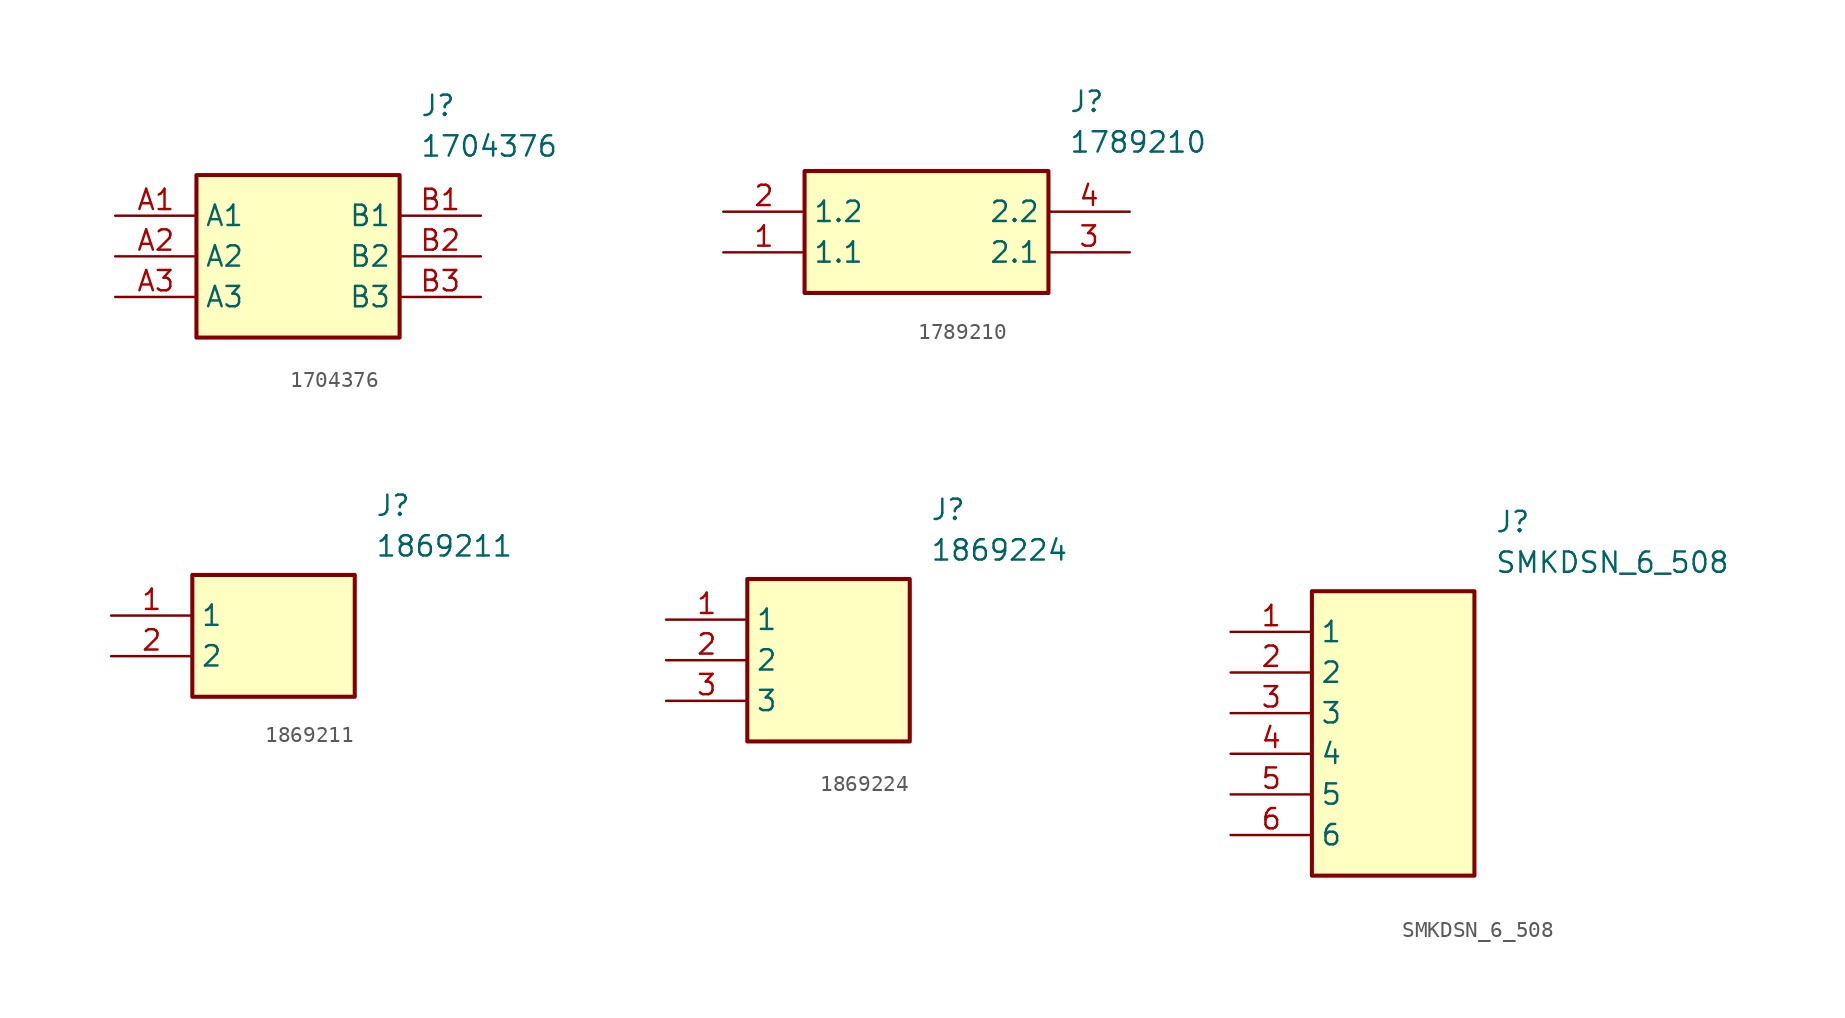
<source format=kicad_sym>
(kicad_symbol_lib
  (version 20231120)
  (generator "kicad_symbol_editor")
  (generator_version "8.0")
  (symbol "1704376"
    (property "Reference" "J"
      (at 19.05 7.62 0)
      (effects (font (size 1.27 1.27)) (justify left top)))
    (property "Value" "1704376"
      (at 19.05 5.08 0)
      (effects (font (size 1.27 1.27)) (justify left top)))
    (symbol "1704376_1_1"
      (rectangle (start 5.08 2.54) (end 17.78 -7.62) (stroke (width 0.254) (type default)) (fill (type background)))
      (pin passive line (at 0 0 0) (length 5.08) (name "A1" (effects (font (size 1.27 1.27)))) (number "A1" (effects (font (size 1.27 1.27)))))
      (pin passive line (at 0 -2.54 0) (length 5.08) (name "A2" (effects (font (size 1.27 1.27)))) (number "A2" (effects (font (size 1.27 1.27)))))
      (pin passive line (at 0 -5.08 0) (length 5.08) (name "A3" (effects (font (size 1.27 1.27)))) (number "A3" (effects (font (size 1.27 1.27)))))
      (pin passive line (at 22.86 0 180) (length 5.08) (name "B1" (effects (font (size 1.27 1.27)))) (number "B1" (effects (font (size 1.27 1.27)))))
      (pin passive line (at 22.86 -2.54 180) (length 5.08) (name "B2" (effects (font (size 1.27 1.27)))) (number "B2" (effects (font (size 1.27 1.27)))))
      (pin passive line (at 22.86 -5.08 180) (length 5.08) (name "B3" (effects (font (size 1.27 1.27)))) (number "B3" (effects (font (size 1.27 1.27)))))))
  (symbol "1789210"
    (property "Reference" "J"
      (at 21.59 7.62 0)
      (effects (font (size 1.27 1.27)) (justify left top)))
    (property "Value" "1789210"
      (at 21.59 5.08 0)
      (effects (font (size 1.27 1.27)) (justify left top)))
    (symbol "1789210_1_1"
      (rectangle (start 5.08 2.54) (end 20.32 -5.08) (stroke (width 0.254) (type default)) (fill (type background)))
      (pin passive line (at 0 -2.54 0) (length 5.08) (name "1.1" (effects (font (size 1.27 1.27)))) (number "1" (effects (font (size 1.27 1.27)))))
      (pin passive line (at 0 0 0) (length 5.08) (name "1.2" (effects (font (size 1.27 1.27)))) (number "2" (effects (font (size 1.27 1.27)))))
      (pin passive line (at 25.4 -2.54 180) (length 5.08) (name "2.1" (effects (font (size 1.27 1.27)))) (number "3" (effects (font (size 1.27 1.27)))))
      (pin passive line (at 25.4 0 180) (length 5.08) (name "2.2" (effects (font (size 1.27 1.27)))) (number "4" (effects (font (size 1.27 1.27)))))))
  (symbol "1869211"
    (property "Reference" "J"
      (at 16.51 7.62 0)
      (effects (font (size 1.27 1.27)) (justify left top)))
    (property "Value" "1869211"
      (at 16.51 5.08 0)
      (effects (font (size 1.27 1.27)) (justify left top)))
    (symbol "1869211_1_1"
      (rectangle (start 5.08 2.54) (end 15.24 -5.08) (stroke (width 0.254) (type default)) (fill (type background)))
      (pin passive line (at 0 0 0) (length 5.08) (name "1" (effects (font (size 1.27 1.27)))) (number "1" (effects (font (size 1.27 1.27)))))
      (pin passive line (at 0 -2.54 0) (length 5.08) (name "2" (effects (font (size 1.27 1.27)))) (number "2" (effects (font (size 1.27 1.27)))))))
  (symbol "1869224"
    (property "Reference" "J"
      (at 16.51 7.62 0)
      (effects (font (size 1.27 1.27)) (justify left top)))
    (property "Value" "1869224"
      (at 16.51 5.08 0)
      (effects (font (size 1.27 1.27)) (justify left top)))
    (symbol "1869224_1_1"
      (rectangle (start 5.08 2.54) (end 15.24 -7.62) (stroke (width 0.254) (type default)) (fill (type background)))
      (pin passive line (at 0 0 0) (length 5.08) (name "1" (effects (font (size 1.27 1.27)))) (number "1" (effects (font (size 1.27 1.27)))))
      (pin passive line (at 0 -2.54 0) (length 5.08) (name "2" (effects (font (size 1.27 1.27)))) (number "2" (effects (font (size 1.27 1.27)))))
      (pin passive line (at 0 -5.08 0) (length 5.08) (name "3" (effects (font (size 1.27 1.27)))) (number "3" (effects (font (size 1.27 1.27)))))))
  (symbol "SMKDSN_6_508"
    (property "Reference" "J"
      (at 16.51 7.62 0)
      (effects (font (size 1.27 1.27)) (justify left top)))
    (property "Value" "SMKDSN_6_508"
      (at 16.51 5.08 0)
      (effects (font (size 1.27 1.27)) (justify left top)))
    (symbol "SMKDSN_6_508_1_1"
      (rectangle (start 5.08 2.54) (end 15.24 -15.24) (stroke (width 0.254) (type default)) (fill (type background)))
      (pin passive line (at 0 0 0) (length 5.08) (name "1" (effects (font (size 1.27 1.27)))) (number "1" (effects (font (size 1.27 1.27)))))
      (pin passive line (at 0 -2.54 0) (length 5.08) (name "2" (effects (font (size 1.27 1.27)))) (number "2" (effects (font (size 1.27 1.27)))))
      (pin passive line (at 0 -5.08 0) (length 5.08) (name "3" (effects (font (size 1.27 1.27)))) (number "3" (effects (font (size 1.27 1.27)))))
      (pin passive line (at 0 -7.62 0) (length 5.08) (name "4" (effects (font (size 1.27 1.27)))) (number "4" (effects (font (size 1.27 1.27)))))
      (pin passive line (at 0 -10.16 0) (length 5.08) (name "5" (effects (font (size 1.27 1.27)))) (number "5" (effects (font (size 1.27 1.27)))))
      (pin passive line (at 0 -12.7 0) (length 5.08) (name "6" (effects (font (size 1.27 1.27)))) (number "6" (effects (font (size 1.27 1.27))))))))
</source>
